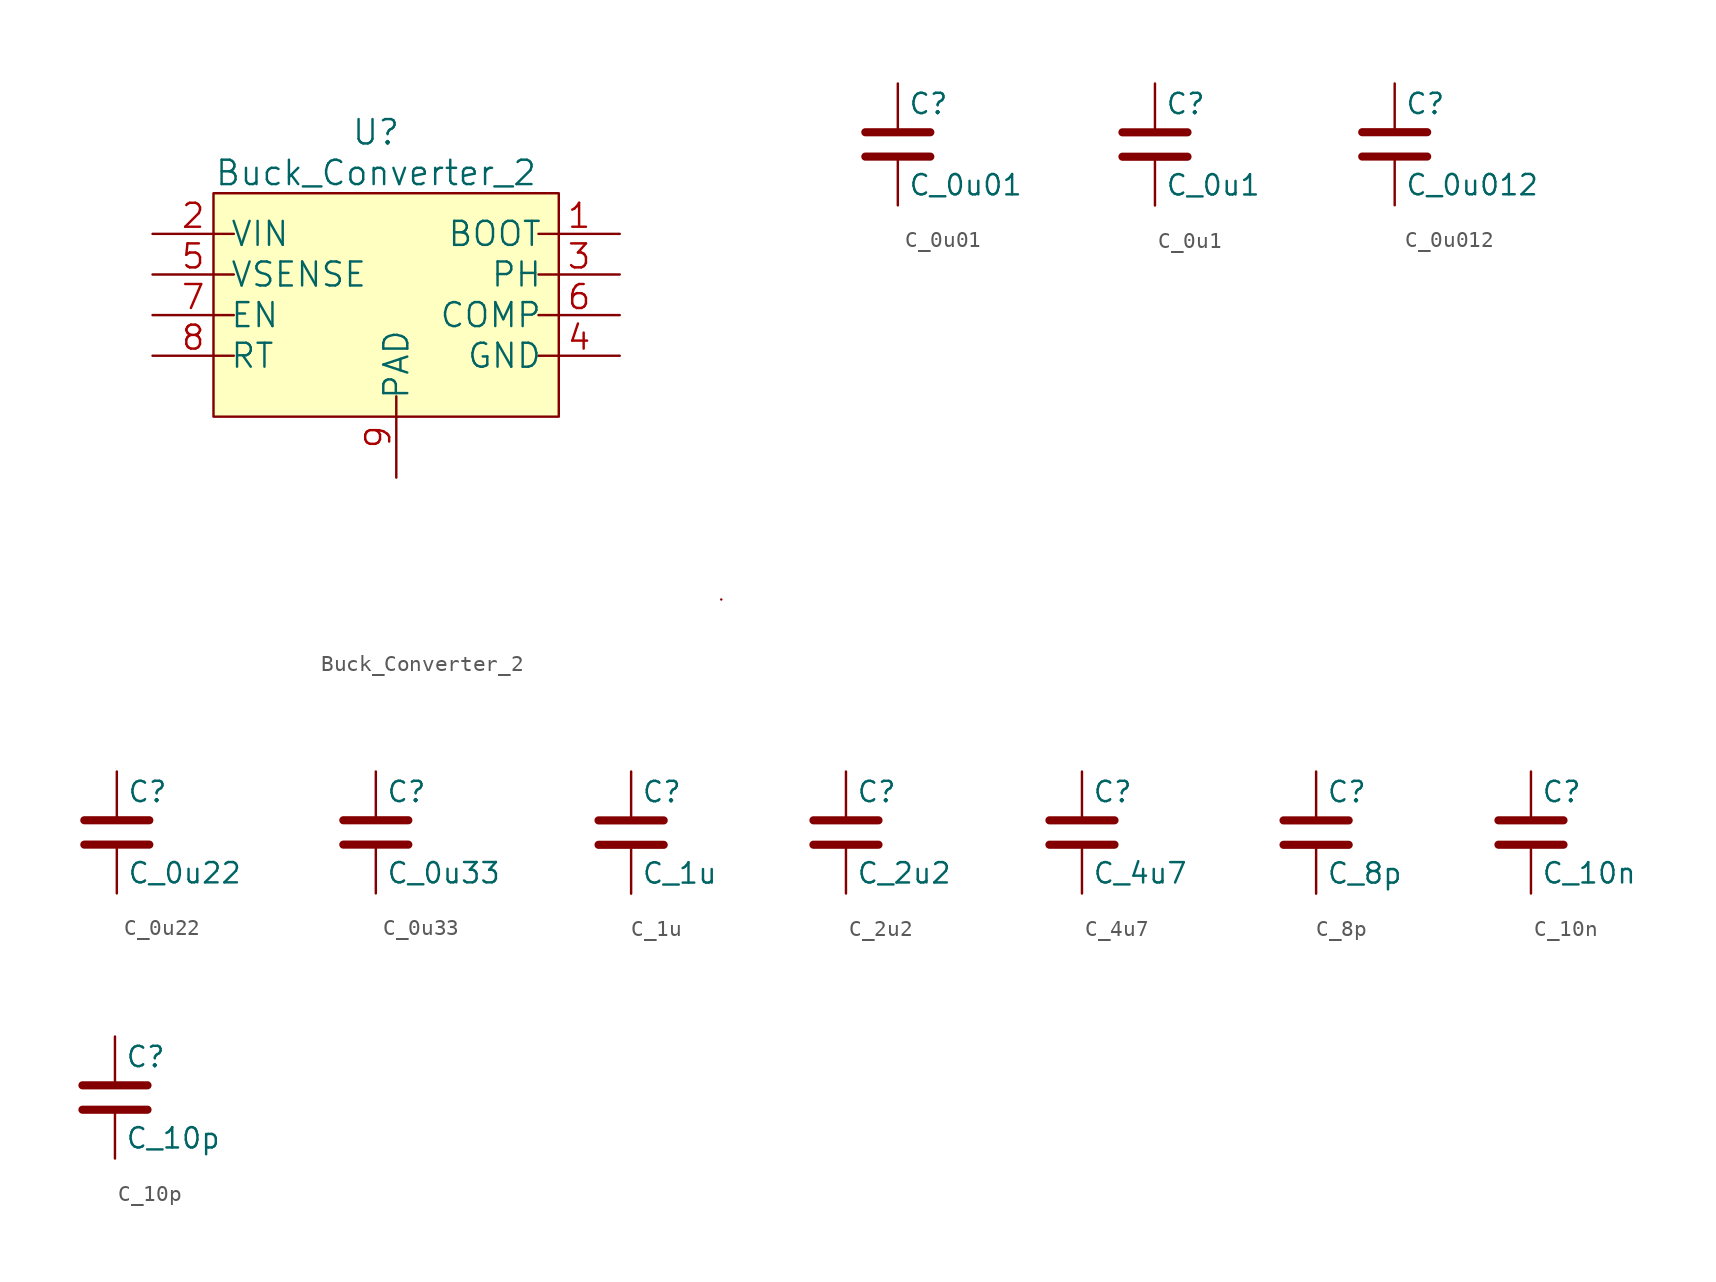
<source format=kicad_sym>
(kicad_symbol_lib
  (version 20211014)
  (generator kicad_symbol_editor)
  (symbol "Buck_Converter_2"
    (pin_names
      (offset -0.254))
    (property "Reference" "U"
      (at -1.27 8.89 0)
      (effects (font (size 1.524 1.524))))
    (property "Value" "Buck_Converter_2"
      (at -1.27 6.35 0)
      (effects (font (size 1.524 1.524))))
    (symbol "Buck_Converter_2_0_1"
      (rectangle (start -11.43 5.08) (end 10.16 -8.89) (stroke (width 0) (type default) (color 0 0 0 0)) (fill (type background)))
      (rectangle (start 20.32 -20.32) (end 20.32 -20.32) (stroke (width 0) (type default) (color 0 0 0 0)) (fill (type none))))
    (symbol "Buck_Converter_2_1_1"
      (pin power_in line (at 13.97 2.54 180) (length 5.08) (name "BOOT" (effects (font (size 1.499 1.499)))) (number "1" (effects (font (size 1.499 1.499)))))
      (pin power_in line (at -15.24 2.54 0) (length 5.08) (name "VIN" (effects (font (size 1.499 1.499)))) (number "2" (effects (font (size 1.499 1.499)))))
      (pin power_in line (at 13.97 0 180) (length 5.08) (name "PH" (effects (font (size 1.499 1.499)))) (number "3" (effects (font (size 1.499 1.499)))))
      (pin power_in line (at 13.97 -5.08 180) (length 5.08) (name "GND" (effects (font (size 1.499 1.499)))) (number "4" (effects (font (size 1.499 1.499)))))
      (pin input line (at -15.24 0 0) (length 5.08) (name "VSENSE" (effects (font (size 1.499 1.499)))) (number "5" (effects (font (size 1.499 1.499)))))
      (pin bidirectional line (at 13.97 -2.54 180) (length 5.08) (name "COMP" (effects (font (size 1.499 1.499)))) (number "6" (effects (font (size 1.499 1.499)))))
      (pin input line (at -15.24 -2.54 0) (length 5.08) (name "EN" (effects (font (size 1.499 1.499)))) (number "7" (effects (font (size 1.499 1.499)))))
      (pin input line (at -15.24 -5.08 0) (length 5.08) (name "RT" (effects (font (size 1.499 1.499)))) (number "8" (effects (font (size 1.499 1.499)))))
      (pin power_in line (at 0 -12.7 90) (length 5.08) (name "PAD" (effects (font (size 1.499 1.499)))) (number "9" (effects (font (size 1.499 1.499)))))))
  (symbol "C_0u01"
    (pin_numbers hide)
    (pin_names
      (offset 0.254))
    (property "Reference" "C"
      (at 0.635 2.54 0)
      (effects (font (size 1.27 1.27)) (justify left)))
    (property "Value" "C_0u01"
      (at 0.635 -2.54 0)
      (effects (font (size 1.27 1.27)) (justify left)))
    (symbol "C_0u01_0_1"
      (polyline (pts (xy -2.032 -0.762) (xy 2.032 -0.762)) (stroke (width 0.508) (type default) (color 0 0 0 0)) (fill (type none)))
      (polyline (pts (xy -2.032 0.762) (xy 2.032 0.762)) (stroke (width 0.508) (type default) (color 0 0 0 0)) (fill (type none))))
    (symbol "C_0u01_1_1"
      (pin passive line (at 0 3.81 270) (length 2.794) (name "~" (effects (font (size 1.27 1.27)))) (number "1" (effects (font (size 1.27 1.27)))))
      (pin passive line (at 0 -3.81 90) (length 2.794) (name "~" (effects (font (size 1.27 1.27)))) (number "2" (effects (font (size 1.27 1.27)))))))
  (symbol "C_0u1"
    (pin_numbers hide)
    (pin_names
      (offset 0.254))
    (property "Reference" "C"
      (at 0.635 2.54 0)
      (effects (font (size 1.27 1.27)) (justify left)))
    (property "Value" "C_0u1"
      (at 0.635 -2.54 0)
      (effects (font (size 1.27 1.27)) (justify left)))
    (symbol "C_0u1_0_1"
      (polyline (pts (xy -2.032 -0.762) (xy 2.032 -0.762)) (stroke (width 0.508) (type default) (color 0 0 0 0)) (fill (type none)))
      (polyline (pts (xy -2.032 0.762) (xy 2.032 0.762)) (stroke (width 0.508) (type default) (color 0 0 0 0)) (fill (type none))))
    (symbol "C_0u1_1_1"
      (pin passive line (at 0 3.81 270) (length 2.794) (name "~" (effects (font (size 1.27 1.27)))) (number "1" (effects (font (size 1.27 1.27)))))
      (pin passive line (at 0 -3.81 90) (length 2.794) (name "~" (effects (font (size 1.27 1.27)))) (number "2" (effects (font (size 1.27 1.27)))))))
  (symbol "C_0u012"
    (pin_numbers hide)
    (pin_names
      (offset 0.254))
    (property "Reference" "C"
      (at 0.635 2.54 0)
      (effects (font (size 1.27 1.27)) (justify left)))
    (property "Value" "C_0u012"
      (at 0.635 -2.54 0)
      (effects (font (size 1.27 1.27)) (justify left)))
    (symbol "C_0u012_0_1"
      (polyline (pts (xy -2.032 -0.762) (xy 2.032 -0.762)) (stroke (width 0.508) (type default) (color 0 0 0 0)) (fill (type none)))
      (polyline (pts (xy -2.032 0.762) (xy 2.032 0.762)) (stroke (width 0.508) (type default) (color 0 0 0 0)) (fill (type none))))
    (symbol "C_0u012_1_1"
      (pin passive line (at 0 3.81 270) (length 2.794) (name "~" (effects (font (size 1.27 1.27)))) (number "1" (effects (font (size 1.27 1.27)))))
      (pin passive line (at 0 -3.81 90) (length 2.794) (name "~" (effects (font (size 1.27 1.27)))) (number "2" (effects (font (size 1.27 1.27)))))))
  (symbol "C_0u22"
    (pin_numbers hide)
    (pin_names
      (offset 0.254))
    (property "Reference" "C"
      (at 0.635 2.54 0)
      (effects (font (size 1.27 1.27)) (justify left)))
    (property "Value" "C_0u22"
      (at 0.635 -2.54 0)
      (effects (font (size 1.27 1.27)) (justify left)))
    (symbol "C_0u22_0_1"
      (polyline (pts (xy -2.032 -0.762) (xy 2.032 -0.762)) (stroke (width 0.508) (type default) (color 0 0 0 0)) (fill (type none)))
      (polyline (pts (xy -2.032 0.762) (xy 2.032 0.762)) (stroke (width 0.508) (type default) (color 0 0 0 0)) (fill (type none))))
    (symbol "C_0u22_1_1"
      (pin passive line (at 0 3.81 270) (length 2.794) (name "~" (effects (font (size 1.27 1.27)))) (number "1" (effects (font (size 1.27 1.27)))))
      (pin passive line (at 0 -3.81 90) (length 2.794) (name "~" (effects (font (size 1.27 1.27)))) (number "2" (effects (font (size 1.27 1.27)))))))
  (symbol "C_0u33"
    (pin_numbers hide)
    (pin_names
      (offset 0.254))
    (property "Reference" "C"
      (at 0.635 2.54 0)
      (effects (font (size 1.27 1.27)) (justify left)))
    (property "Value" "C_0u33"
      (at 0.635 -2.54 0)
      (effects (font (size 1.27 1.27)) (justify left)))
    (symbol "C_0u33_0_1"
      (polyline (pts (xy -2.032 -0.762) (xy 2.032 -0.762)) (stroke (width 0.508) (type default) (color 0 0 0 0)) (fill (type none)))
      (polyline (pts (xy -2.032 0.762) (xy 2.032 0.762)) (stroke (width 0.508) (type default) (color 0 0 0 0)) (fill (type none))))
    (symbol "C_0u33_1_1"
      (pin passive line (at 0 3.81 270) (length 2.794) (name "~" (effects (font (size 1.27 1.27)))) (number "1" (effects (font (size 1.27 1.27)))))
      (pin passive line (at 0 -3.81 90) (length 2.794) (name "~" (effects (font (size 1.27 1.27)))) (number "2" (effects (font (size 1.27 1.27)))))))
  (symbol "C_1u"
    (pin_numbers hide)
    (pin_names
      (offset 0.254))
    (property "Reference" "C"
      (at 0.635 2.54 0)
      (effects (font (size 1.27 1.27)) (justify left)))
    (property "Value" "C_1u"
      (at 0.635 -2.54 0)
      (effects (font (size 1.27 1.27)) (justify left)))
    (symbol "C_1u_0_1"
      (polyline (pts (xy -2.032 -0.762) (xy 2.032 -0.762)) (stroke (width 0.508) (type default) (color 0 0 0 0)) (fill (type none)))
      (polyline (pts (xy -2.032 0.762) (xy 2.032 0.762)) (stroke (width 0.508) (type default) (color 0 0 0 0)) (fill (type none))))
    (symbol "C_1u_1_1"
      (pin passive line (at 0 3.81 270) (length 2.794) (name "~" (effects (font (size 1.27 1.27)))) (number "1" (effects (font (size 1.27 1.27)))))
      (pin passive line (at 0 -3.81 90) (length 2.794) (name "~" (effects (font (size 1.27 1.27)))) (number "2" (effects (font (size 1.27 1.27)))))))
  (symbol "C_2u2"
    (pin_numbers hide)
    (pin_names
      (offset 0.254))
    (property "Reference" "C"
      (at 0.635 2.54 0)
      (effects (font (size 1.27 1.27)) (justify left)))
    (property "Value" "C_2u2"
      (at 0.635 -2.54 0)
      (effects (font (size 1.27 1.27)) (justify left)))
    (symbol "C_2u2_0_1"
      (polyline (pts (xy -2.032 -0.762) (xy 2.032 -0.762)) (stroke (width 0.508) (type default) (color 0 0 0 0)) (fill (type none)))
      (polyline (pts (xy -2.032 0.762) (xy 2.032 0.762)) (stroke (width 0.508) (type default) (color 0 0 0 0)) (fill (type none))))
    (symbol "C_2u2_1_1"
      (pin passive line (at 0 3.81 270) (length 2.794) (name "~" (effects (font (size 1.27 1.27)))) (number "1" (effects (font (size 1.27 1.27)))))
      (pin passive line (at 0 -3.81 90) (length 2.794) (name "~" (effects (font (size 1.27 1.27)))) (number "2" (effects (font (size 1.27 1.27)))))))
  (symbol "C_4u7"
    (pin_numbers hide)
    (pin_names
      (offset 0.254))
    (property "Reference" "C"
      (at 0.635 2.54 0)
      (effects (font (size 1.27 1.27)) (justify left)))
    (property "Value" "C_4u7"
      (at 0.635 -2.54 0)
      (effects (font (size 1.27 1.27)) (justify left)))
    (symbol "C_4u7_0_1"
      (polyline (pts (xy -2.032 -0.762) (xy 2.032 -0.762)) (stroke (width 0.508) (type default) (color 0 0 0 0)) (fill (type none)))
      (polyline (pts (xy -2.032 0.762) (xy 2.032 0.762)) (stroke (width 0.508) (type default) (color 0 0 0 0)) (fill (type none))))
    (symbol "C_4u7_1_1"
      (pin passive line (at 0 3.81 270) (length 2.794) (name "~" (effects (font (size 1.27 1.27)))) (number "1" (effects (font (size 1.27 1.27)))))
      (pin passive line (at 0 -3.81 90) (length 2.794) (name "~" (effects (font (size 1.27 1.27)))) (number "2" (effects (font (size 1.27 1.27)))))))
  (symbol "C_8p"
    (pin_numbers hide)
    (pin_names
      (offset 0.254))
    (property "Reference" "C"
      (at 0.635 2.54 0)
      (effects (font (size 1.27 1.27)) (justify left)))
    (property "Value" "C_8p"
      (at 0.635 -2.54 0)
      (effects (font (size 1.27 1.27)) (justify left)))
    (symbol "C_8p_0_1"
      (polyline (pts (xy -2.032 -0.762) (xy 2.032 -0.762)) (stroke (width 0.508) (type default) (color 0 0 0 0)) (fill (type none)))
      (polyline (pts (xy -2.032 0.762) (xy 2.032 0.762)) (stroke (width 0.508) (type default) (color 0 0 0 0)) (fill (type none))))
    (symbol "C_8p_1_1"
      (pin passive line (at 0 3.81 270) (length 2.794) (name "~" (effects (font (size 1.27 1.27)))) (number "1" (effects (font (size 1.27 1.27)))))
      (pin passive line (at 0 -3.81 90) (length 2.794) (name "~" (effects (font (size 1.27 1.27)))) (number "2" (effects (font (size 1.27 1.27)))))))
  (symbol "C_10n"
    (pin_numbers hide)
    (pin_names
      (offset 0.254))
    (property "Reference" "C"
      (at 0.635 2.54 0)
      (effects (font (size 1.27 1.27)) (justify left)))
    (property "Value" "C_10n"
      (at 0.635 -2.54 0)
      (effects (font (size 1.27 1.27)) (justify left)))
    (symbol "C_10n_0_1"
      (polyline (pts (xy -2.032 -0.762) (xy 2.032 -0.762)) (stroke (width 0.508) (type default) (color 0 0 0 0)) (fill (type none)))
      (polyline (pts (xy -2.032 0.762) (xy 2.032 0.762)) (stroke (width 0.508) (type default) (color 0 0 0 0)) (fill (type none))))
    (symbol "C_10n_1_1"
      (pin passive line (at 0 3.81 270) (length 2.794) (name "~" (effects (font (size 1.27 1.27)))) (number "1" (effects (font (size 1.27 1.27)))))
      (pin passive line (at 0 -3.81 90) (length 2.794) (name "~" (effects (font (size 1.27 1.27)))) (number "2" (effects (font (size 1.27 1.27)))))))
  (symbol "C_10p"
    (pin_numbers hide)
    (pin_names
      (offset 0.254))
    (property "Reference" "C"
      (at 0.635 2.54 0)
      (effects (font (size 1.27 1.27)) (justify left)))
    (property "Value" "C_10p"
      (at 0.635 -2.54 0)
      (effects (font (size 1.27 1.27)) (justify left)))
    (symbol "C_10p_0_1"
      (polyline (pts (xy -2.032 -0.762) (xy 2.032 -0.762)) (stroke (width 0.508) (type default) (color 0 0 0 0)) (fill (type none)))
      (polyline (pts (xy -2.032 0.762) (xy 2.032 0.762)) (stroke (width 0.508) (type default) (color 0 0 0 0)) (fill (type none))))
    (symbol "C_10p_1_1"
      (pin passive line (at 0 3.81 270) (length 2.794) (name "~" (effects (font (size 1.27 1.27)))) (number "1" (effects (font (size 1.27 1.27)))))
      (pin passive line (at 0 -3.81 90) (length 2.794) (name "~" (effects (font (size 1.27 1.27)))) (number "2" (effects (font (size 1.27 1.27))))))))
</source>
